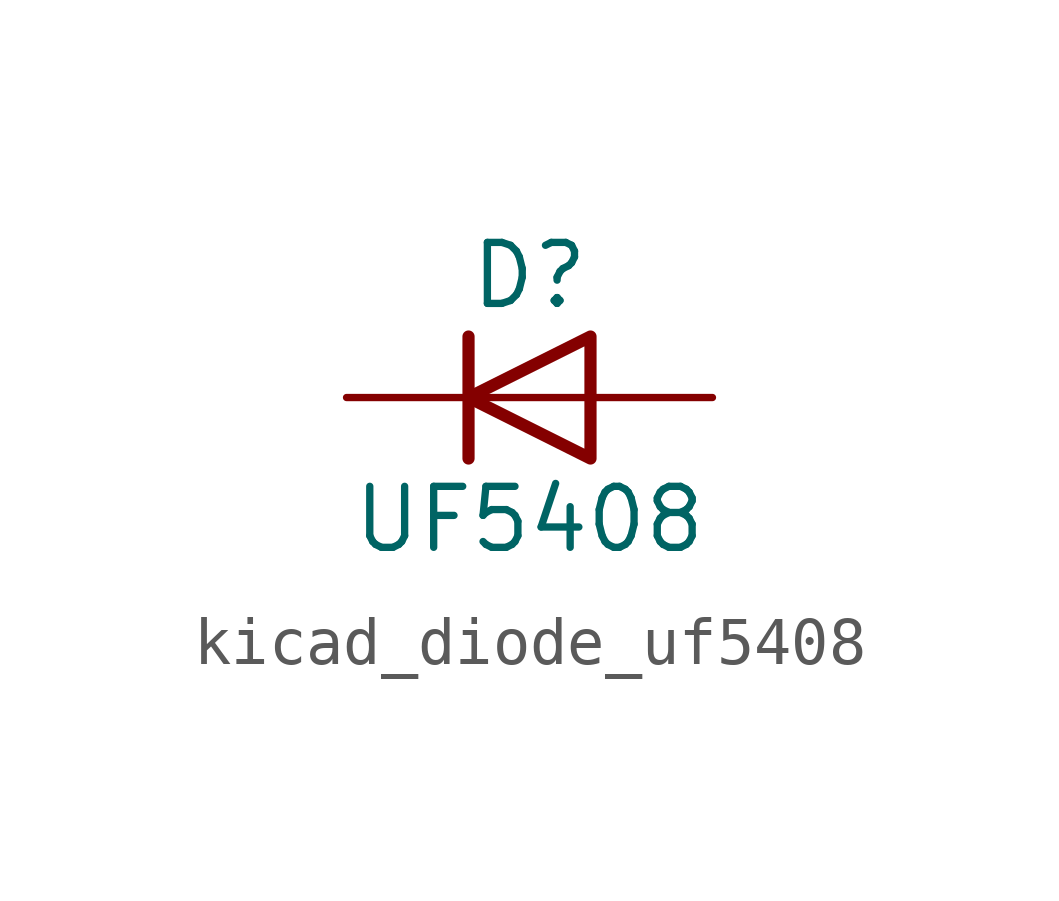
<source format=kicad_sym>
(kicad_symbol_lib
  (version 20220914)
  (generator kicad_symbol_editor)
  (symbol "kicad_diode_uf5408"
    (pin_numbers hide)
    (pin_names hide)
    (property "Reference" "D"
      (at 0 2.54 0)
      (effects (font (size 1.27 1.27))))
    (property "Value" "UF5408"
      (at 0 -2.54 0)
      (effects (font (size 1.27 1.27))))
    (symbol "kicad_diode_uf5408_0_1"
      (polyline (pts (xy -1.27 1.27) (xy -1.27 -1.27)) (stroke (width 0.254) (type default)) (fill (type none)))
      (polyline (pts (xy 1.27 0) (xy -1.27 0)) (stroke (width 0) (type default)) (fill (type none)))
      (polyline (pts (xy 1.27 1.27) (xy 1.27 -1.27) (xy -1.27 0) (xy 1.27 1.27)) (stroke (width 0.254) (type default)) (fill (type none))))
    (symbol "kicad_diode_uf5408_1_1"
      (pin passive line (at -3.81 0 0) (length 2.54) (name "K" (effects (font (size 1.27 1.27)))) (number "1" (effects (font (size 1.27 1.27)))))
      (pin passive line (at 3.81 0 180) (length 2.54) (name "A" (effects (font (size 1.27 1.27)))) (number "2" (effects (font (size 1.27 1.27))))))))
</source>
